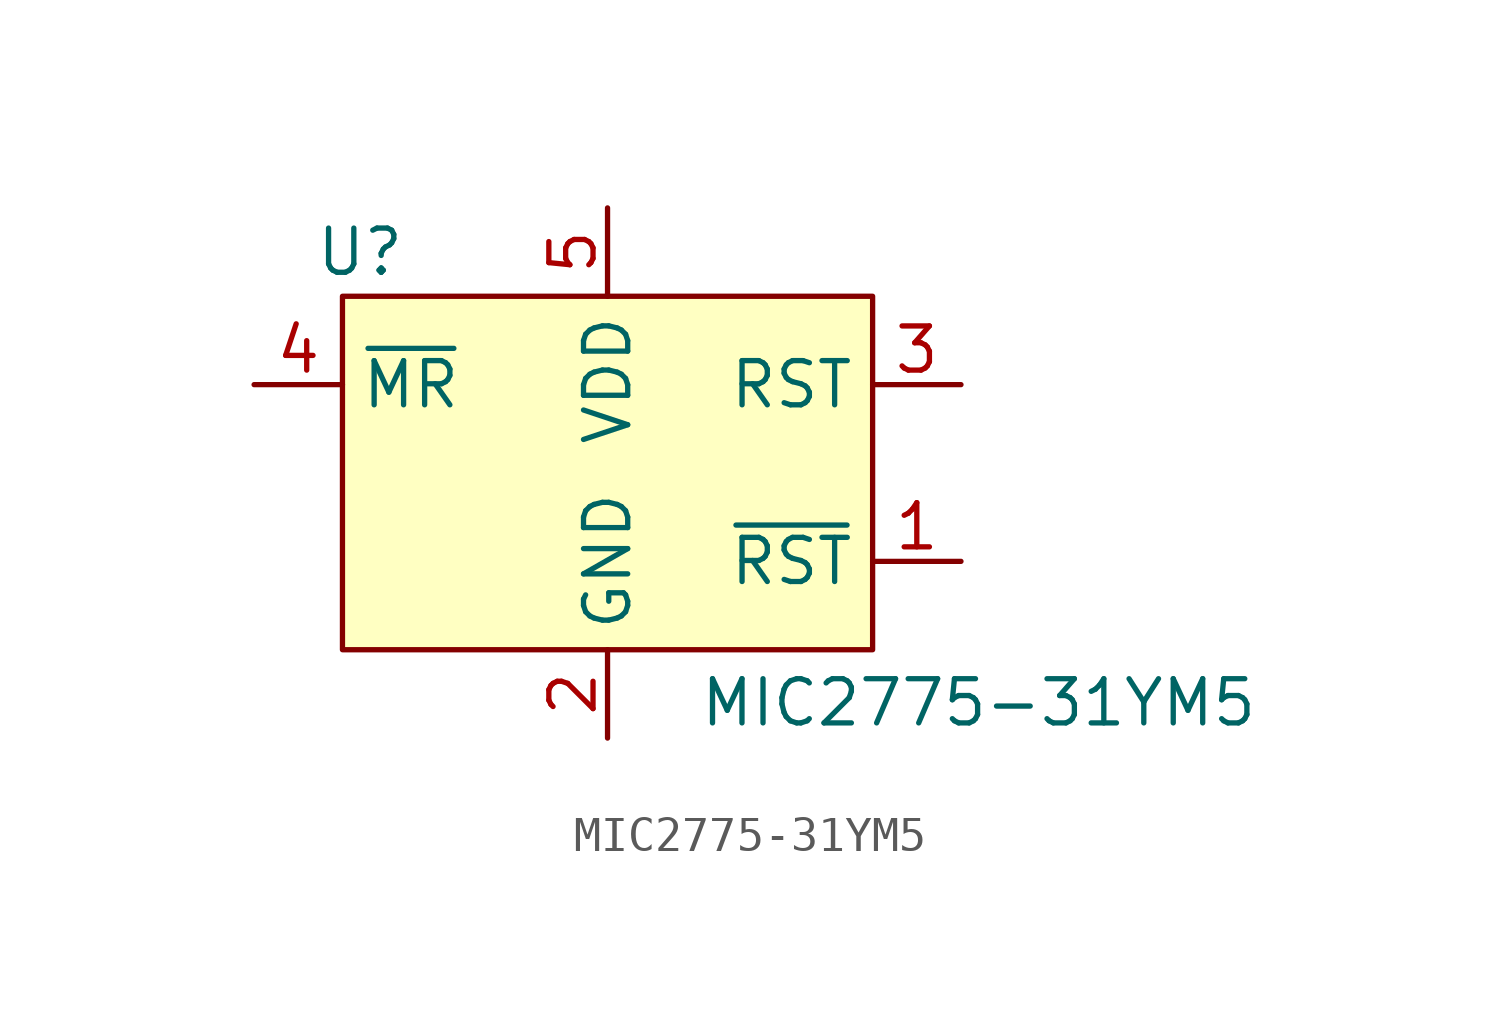
<source format=kicad_sym>
(kicad_symbol_lib
  (version 20231120)
  (generator "kicad_symbol_editor")
  (generator_version "8.0")
  (symbol "MIC2775-31YM5"
    (property "Reference" "U"
      (at -7.112 6.35 0)
      (effects (font (size 1.27 1.27))))
    (property "Value" "MIC2775-31YM5"
      (at 10.668 -6.604 0)
      (effects (font (size 1.27 1.27))))
    (symbol "MIC2775-31YM5_0_1"
      (rectangle (start -7.62 5.08) (end 7.62 -5.08) (stroke (width 0) (type default)) (fill (type background))))
    (symbol "MIC2775-31YM5_1_1"
      (pin output line (at 10.16 -2.54 180) (length 2.54) (name "~{RST}" (effects (font (size 1.27 1.27)))) (number "1" (effects (font (size 1.27 1.27)))))
      (pin power_in line (at 0 -7.62 90) (length 2.54) (name "GND" (effects (font (size 1.27 1.27)))) (number "2" (effects (font (size 1.27 1.27)))))
      (pin output line (at 10.16 2.54 180) (length 2.54) (name "RST" (effects (font (size 1.27 1.27)))) (number "3" (effects (font (size 1.27 1.27)))))
      (pin input line (at -10.16 2.54 0) (length 2.54) (name "~{MR}" (effects (font (size 1.27 1.27)))) (number "4" (effects (font (size 1.27 1.27)))))
      (pin power_in line (at 0 7.62 270) (length 2.54) (name "VDD" (effects (font (size 1.27 1.27)))) (number "5" (effects (font (size 1.27 1.27))))))))
</source>
